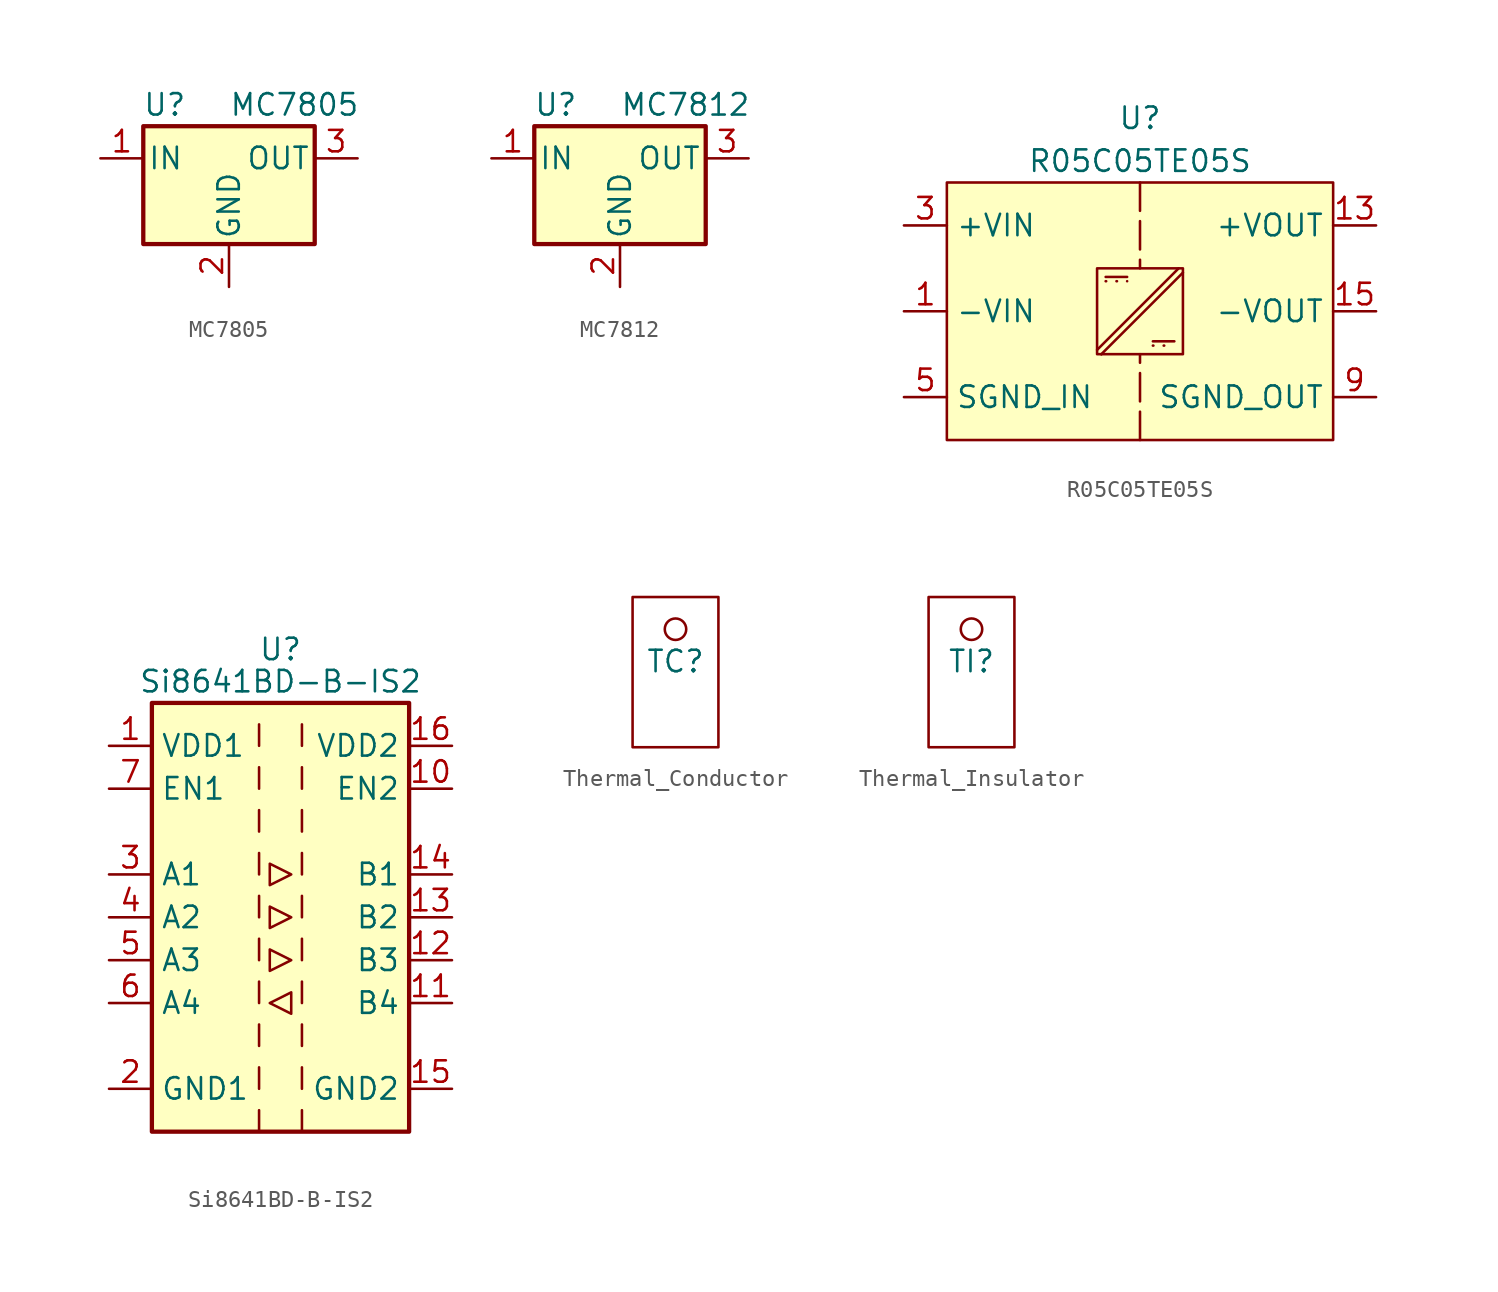
<source format=kicad_sym>
(kicad_symbol_lib
  (version 20231120)
  (generator "kicad_symbol_editor")
  (generator_version "8.0")
  (symbol "MC7805"
    (pin_names
      (offset 0.254))
    (property "Reference" "U"
      (at -3.81 3.175 0)
      (effects (font (size 1.27 1.27))))
    (property "Value" "MC7805"
      (at 0 3.175 0)
      (effects (font (size 1.27 1.27)) (justify left)))
    (symbol "MC7805_0_1"
      (rectangle (start -5.08 1.905) (end 5.08 -5.08) (stroke (width 0.254) (type default)) (fill (type background))))
    (symbol "MC7805_1_1"
      (pin power_in line (at -7.62 0 0) (length 2.54) (name "IN" (effects (font (size 1.27 1.27)))) (number "1" (effects (font (size 1.27 1.27)))))
      (pin power_in line (at 0 -7.62 90) (length 2.54) (name "GND" (effects (font (size 1.27 1.27)))) (number "2" (effects (font (size 1.27 1.27)))))
      (pin power_out line (at 7.62 0 180) (length 2.54) (name "OUT" (effects (font (size 1.27 1.27)))) (number "3" (effects (font (size 1.27 1.27)))))))
  (symbol "MC7812"
    (pin_names
      (offset 0.254))
    (property "Reference" "U"
      (at -3.81 3.175 0)
      (effects (font (size 1.27 1.27))))
    (property "Value" "MC7812"
      (at 0 3.175 0)
      (effects (font (size 1.27 1.27)) (justify left)))
    (symbol "MC7812_0_1"
      (rectangle (start -5.08 1.905) (end 5.08 -5.08) (stroke (width 0.254) (type default)) (fill (type background))))
    (symbol "MC7812_1_1"
      (pin power_in line (at -7.62 0 0) (length 2.54) (name "IN" (effects (font (size 1.27 1.27)))) (number "1" (effects (font (size 1.27 1.27)))))
      (pin power_in line (at 0 -7.62 90) (length 2.54) (name "GND" (effects (font (size 1.27 1.27)))) (number "2" (effects (font (size 1.27 1.27)))))
      (pin power_out line (at 7.62 0 180) (length 2.54) (name "OUT" (effects (font (size 1.27 1.27)))) (number "3" (effects (font (size 1.27 1.27)))))))
  (symbol "R05C05TE05S"
    (property "Reference" "U"
      (at 0 11.43 0)
      (effects (font (size 1.27 1.27))))
    (property "Value" "R05C05TE05S"
      (at 0 8.89 0)
      (effects (font (size 1.27 1.27))))
    (symbol "R05C05TE05S_0_0"
      (pin power_in line (at -13.97 0 0) (length 2.54) (name "-VIN" (effects (font (size 1.27 1.27)))) (number "1" (effects (font (size 1.27 1.27)))))
      (pin passive line (at 13.97 -5.08 180) (length 2.54) hide (name "SGND_OUT" (effects (font (size 1.27 1.27)))) (number "11" (effects (font (size 1.27 1.27)))))
      (pin passive line (at 13.97 -5.08 180) (length 2.54) hide (name "SGND_OUT" (effects (font (size 1.27 1.27)))) (number "12" (effects (font (size 1.27 1.27)))))
      (pin power_out line (at 13.97 5.08 180) (length 2.54) (name "+VOUT" (effects (font (size 1.27 1.27)))) (number "13" (effects (font (size 1.27 1.27)))))
      (pin passive line (at 13.97 5.08 180) (length 2.54) hide (name "+VOUT" (effects (font (size 1.27 1.27)))) (number "14" (effects (font (size 1.27 1.27)))))
      (pin power_out line (at 13.97 0 180) (length 2.54) (name "-VOUT" (effects (font (size 1.27 1.27)))) (number "15" (effects (font (size 1.27 1.27)))))
      (pin passive line (at 13.97 0 180) (length 2.54) hide (name "-VOUT" (effects (font (size 1.27 1.27)))) (number "16" (effects (font (size 1.27 1.27)))))
      (pin passive line (at -13.97 0 0) (length 2.54) hide (name "-VIN" (effects (font (size 1.27 1.27)))) (number "2" (effects (font (size 1.27 1.27)))))
      (pin power_in line (at -13.97 5.08 0) (length 2.54) (name "+VIN" (effects (font (size 1.27 1.27)))) (number "3" (effects (font (size 1.27 1.27)))))
      (pin passive line (at -13.97 5.08 0) (length 2.54) hide (name "+VIN" (effects (font (size 1.27 1.27)))) (number "4" (effects (font (size 1.27 1.27)))))
      (pin input line (at -13.97 -5.08 0) (length 2.54) (name "SGND_IN" (effects (font (size 1.27 1.27)))) (number "5" (effects (font (size 1.27 1.27)))))
      (pin passive line (at -13.97 -5.08 0) (length 2.54) hide (name "SGND_IN" (effects (font (size 1.27 1.27)))) (number "6" (effects (font (size 1.27 1.27)))))
      (pin passive line (at -13.97 -5.08 0) (length 2.54) hide (name "SGND_IN" (effects (font (size 1.27 1.27)))) (number "7" (effects (font (size 1.27 1.27)))))
      (pin passive line (at -13.97 -5.08 0) (length 2.54) hide (name "SGND_IN" (effects (font (size 1.27 1.27)))) (number "8" (effects (font (size 1.27 1.27)))))
      (pin input line (at 13.97 -5.08 180) (length 2.54) (name "SGND_OUT" (effects (font (size 1.27 1.27)))) (number "9" (effects (font (size 1.27 1.27))))))
    (symbol "R05C05TE05S_0_1"
      (rectangle (start -2.54 2.54) (end 2.54 -2.54) (stroke (width 0) (type default)) (fill (type none)))
      (polyline (pts (xy -2.286 -2.54) (xy -2.286 -2.54)) (stroke (width 0) (type default)) (fill (type none)))
      (polyline (pts (xy -2.032 1.778) (xy -0.762 1.778)) (stroke (width 0) (type dot)) (fill (type none)))
      (polyline (pts (xy -2.032 2.032) (xy -0.762 2.032)) (stroke (width 0) (type default)) (fill (type none)))
      (polyline (pts (xy -0.762 1.778) (xy -0.762 1.778)) (stroke (width 0) (type default)) (fill (type none)))
      (polyline (pts (xy 0.762 -2.032) (xy 2.032 -2.032)) (stroke (width 0) (type dot)) (fill (type none)))
      (polyline (pts (xy 0.762 -1.778) (xy 2.032 -1.778)) (stroke (width 0) (type default)) (fill (type none)))
      (polyline (pts (xy 2.286 2.54) (xy -2.54 -2.286)) (stroke (width 0) (type default)) (fill (type none)))
      (polyline (pts (xy 2.54 2.286) (xy -2.286 -2.54)) (stroke (width 0) (type default)) (fill (type none))))
    (symbol "R05C05TE05S_1_0"
      (pin no_connect non_logic (at 0 10.16 270) (length 2.54) hide (name "DNC" (effects (font (size 1.27 1.27)))) (number "10" (effects (font (size 1.27 1.27))))))
    (symbol "R05C05TE05S_1_1"
      (rectangle (start -11.43 7.62) (end 11.43 -7.62) (stroke (width 0) (type default)) (fill (type background)))
      (polyline (pts (xy 0 -7.62) (xy 0 -2.54)) (stroke (width 0) (type dash)) (fill (type none)))
      (polyline (pts (xy 0 7.62) (xy 0 2.54)) (stroke (width 0) (type dash)) (fill (type none)))))
  (symbol "Si8641BD-B-IS2"
    (property "Reference" "U"
      (at 0 15.875 0)
      (effects (font (size 1.27 1.27))))
    (property "Value" "Si8641BD-B-IS2"
      (at 0 13.97 0)
      (effects (font (size 1.27 1.27))))
    (symbol "Si8641BD-B-IS2_0_1"
      (rectangle (start -7.62 12.7) (end 7.62 -12.7) (stroke (width 0.254) (type default)) (fill (type background)))
      (polyline (pts (xy -1.27 -11.43) (xy -1.27 -12.7)) (stroke (width 0) (type default)) (fill (type none)))
      (polyline (pts (xy -1.27 -8.89) (xy -1.27 -10.16)) (stroke (width 0) (type default)) (fill (type none)))
      (polyline (pts (xy -1.27 -6.35) (xy -1.27 -7.62)) (stroke (width 0) (type default)) (fill (type none)))
      (polyline (pts (xy -1.27 -3.81) (xy -1.27 -5.08)) (stroke (width 0) (type default)) (fill (type none)))
      (polyline (pts (xy -1.27 -1.27) (xy -1.27 -2.54)) (stroke (width 0) (type default)) (fill (type none)))
      (polyline (pts (xy -1.27 1.27) (xy -1.27 0)) (stroke (width 0) (type default)) (fill (type none)))
      (polyline (pts (xy -1.27 3.81) (xy -1.27 2.54)) (stroke (width 0) (type default)) (fill (type none)))
      (polyline (pts (xy -1.27 6.35) (xy -1.27 5.08)) (stroke (width 0) (type default)) (fill (type none)))
      (polyline (pts (xy -1.27 8.89) (xy -1.27 7.62)) (stroke (width 0) (type default)) (fill (type none)))
      (polyline (pts (xy -1.27 11.43) (xy -1.27 10.16)) (stroke (width 0) (type default)) (fill (type none)))
      (polyline (pts (xy 1.27 -11.43) (xy 1.27 -12.7)) (stroke (width 0) (type default)) (fill (type none)))
      (polyline (pts (xy 1.27 -8.89) (xy 1.27 -10.16)) (stroke (width 0) (type default)) (fill (type none)))
      (polyline (pts (xy 1.27 -6.35) (xy 1.27 -7.62)) (stroke (width 0) (type default)) (fill (type none)))
      (polyline (pts (xy 1.27 -3.81) (xy 1.27 -5.08)) (stroke (width 0) (type default)) (fill (type none)))
      (polyline (pts (xy 1.27 -1.27) (xy 1.27 -2.54)) (stroke (width 0) (type default)) (fill (type none)))
      (polyline (pts (xy 1.27 1.27) (xy 1.27 0)) (stroke (width 0) (type default)) (fill (type none)))
      (polyline (pts (xy 1.27 3.81) (xy 1.27 2.54)) (stroke (width 0) (type default)) (fill (type none)))
      (polyline (pts (xy 1.27 6.35) (xy 1.27 5.08)) (stroke (width 0) (type default)) (fill (type none)))
      (polyline (pts (xy 1.27 8.89) (xy 1.27 7.62)) (stroke (width 0) (type default)) (fill (type none)))
      (polyline (pts (xy 1.27 11.43) (xy 1.27 10.16)) (stroke (width 0) (type default)) (fill (type none)))
      (polyline (pts (xy -0.635 -5.08) (xy 0.635 -4.445) (xy 0.635 -5.715) (xy -0.635 -5.08)) (stroke (width 0) (type default)) (fill (type none)))
      (polyline (pts (xy -0.635 0.635) (xy -0.635 -0.635) (xy 0.635 0) (xy -0.635 0.635)) (stroke (width 0) (type default)) (fill (type none)))
      (polyline (pts (xy -0.635 3.175) (xy -0.635 1.905) (xy 0.635 2.54) (xy -0.635 3.175)) (stroke (width 0) (type default)) (fill (type none)))
      (polyline (pts (xy 0.635 -2.54) (xy -0.635 -1.905) (xy -0.635 -3.175) (xy 0.635 -2.54)) (stroke (width 0) (type default)) (fill (type none))))
    (symbol "Si8641BD-B-IS2_1_1"
      (pin power_in line (at -10.16 10.16 0) (length 2.54) (name "VDD1" (effects (font (size 1.27 1.27)))) (number "1" (effects (font (size 1.27 1.27)))))
      (pin input line (at 10.16 7.62 180) (length 2.54) (name "EN2" (effects (font (size 1.27 1.27)))) (number "10" (effects (font (size 1.27 1.27)))))
      (pin input line (at 10.16 -5.08 180) (length 2.54) (name "B4" (effects (font (size 1.27 1.27)))) (number "11" (effects (font (size 1.27 1.27)))))
      (pin output line (at 10.16 -2.54 180) (length 2.54) (name "B3" (effects (font (size 1.27 1.27)))) (number "12" (effects (font (size 1.27 1.27)))))
      (pin output line (at 10.16 0 180) (length 2.54) (name "B2" (effects (font (size 1.27 1.27)))) (number "13" (effects (font (size 1.27 1.27)))))
      (pin output line (at 10.16 2.54 180) (length 2.54) (name "B1" (effects (font (size 1.27 1.27)))) (number "14" (effects (font (size 1.27 1.27)))))
      (pin power_in line (at 10.16 -10.16 180) (length 2.54) (name "GND2" (effects (font (size 1.27 1.27)))) (number "15" (effects (font (size 1.27 1.27)))))
      (pin power_in line (at 10.16 10.16 180) (length 2.54) (name "VDD2" (effects (font (size 1.27 1.27)))) (number "16" (effects (font (size 1.27 1.27)))))
      (pin power_in line (at -10.16 -10.16 0) (length 2.54) (name "GND1" (effects (font (size 1.27 1.27)))) (number "2" (effects (font (size 1.27 1.27)))))
      (pin input line (at -10.16 2.54 0) (length 2.54) (name "A1" (effects (font (size 1.27 1.27)))) (number "3" (effects (font (size 1.27 1.27)))))
      (pin input line (at -10.16 0 0) (length 2.54) (name "A2" (effects (font (size 1.27 1.27)))) (number "4" (effects (font (size 1.27 1.27)))))
      (pin input line (at -10.16 -2.54 0) (length 2.54) (name "A3" (effects (font (size 1.27 1.27)))) (number "5" (effects (font (size 1.27 1.27)))))
      (pin output line (at -10.16 -5.08 0) (length 2.54) (name "A4" (effects (font (size 1.27 1.27)))) (number "6" (effects (font (size 1.27 1.27)))))
      (pin input line (at -10.16 7.62 0) (length 2.54) (name "EN1" (effects (font (size 1.27 1.27)))) (number "7" (effects (font (size 1.27 1.27)))))
      (pin passive line (at -10.16 -10.16 0) (length 2.54) hide (name "GND1" (effects (font (size 1.27 1.27)))) (number "8" (effects (font (size 1.27 1.27)))))
      (pin passive line (at 10.16 -10.16 180) (length 2.54) hide (name "GND2" (effects (font (size 1.27 1.27)))) (number "9" (effects (font (size 1.27 1.27)))))))
  (symbol "Thermal_Conductor"
    (property "Reference" "TC"
      (at 0 0 0)
      (effects (font (size 1.27 1.27))))
    (property "Value" ""
      (at 0 0 0)
      (effects (font (size 1.27 1.27))))
    (symbol "Thermal_Conductor_0_1"
      (rectangle (start -2.54 3.81) (end 2.54 -5.08) (stroke (width 0) (type default)) (fill (type none)))
      (circle (center 0 1.905) (radius 0.635) (stroke (width 0) (type default)) (fill (type none)))))
  (symbol "Thermal_Insulator"
    (property "Reference" "TI"
      (at 0 0 0)
      (effects (font (size 1.27 1.27))))
    (property "Value" ""
      (at 0 0 0)
      (effects (font (size 1.27 1.27))))
    (symbol "Thermal_Insulator_0_1"
      (rectangle (start -2.54 3.81) (end 2.54 -5.08) (stroke (width 0) (type default)) (fill (type none)))
      (circle (center 0 1.905) (radius 0.635) (stroke (width 0) (type default)) (fill (type none))))))
</source>
